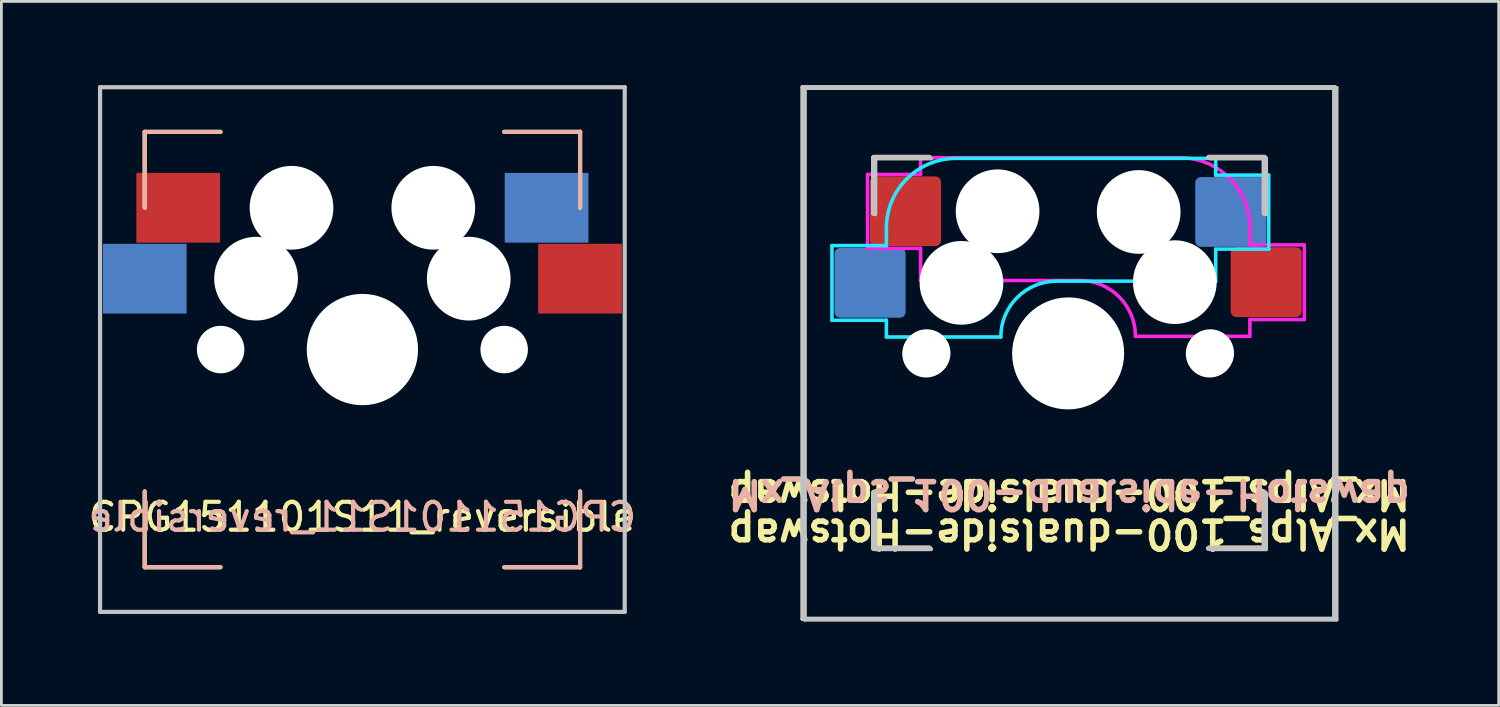
<source format=kicad_pcb>
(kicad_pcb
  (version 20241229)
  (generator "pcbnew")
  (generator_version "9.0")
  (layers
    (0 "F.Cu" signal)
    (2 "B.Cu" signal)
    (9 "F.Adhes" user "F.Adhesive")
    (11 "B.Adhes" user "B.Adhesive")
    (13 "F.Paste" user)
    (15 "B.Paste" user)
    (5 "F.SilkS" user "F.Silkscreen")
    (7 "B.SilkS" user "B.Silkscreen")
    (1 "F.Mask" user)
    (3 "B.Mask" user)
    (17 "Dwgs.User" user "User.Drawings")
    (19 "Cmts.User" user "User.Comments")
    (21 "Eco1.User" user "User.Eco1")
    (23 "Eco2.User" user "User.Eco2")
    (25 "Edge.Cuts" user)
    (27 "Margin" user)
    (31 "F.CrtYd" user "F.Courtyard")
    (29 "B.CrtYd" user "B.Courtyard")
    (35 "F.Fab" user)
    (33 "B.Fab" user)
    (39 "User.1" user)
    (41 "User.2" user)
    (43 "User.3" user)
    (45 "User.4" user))
  (footprint "Mx_Alps_100-dualside-Hotswap"
    (layer "F.Cu")
    (at 35.26 9.575)
    (property "Reference" "Mx_Alps_100-dualside-Hotswap" (at 0 6.5 180) (unlocked yes) (layer "F.SilkS") (effects (font (size 1 1) (thickness 0.2) (bold yes))))
    (attr smd)
    (fp_line (start -7 -5) (end -7 -7) (stroke (width 0.15) (type default)) (layer "F.SilkS"))
    (fp_line (start -7 5) (end -7 7) (stroke (width 0.15) (type default)) (layer "F.SilkS"))
    (fp_line (start -5 -7) (end -7 -7) (stroke (width 0.15) (type default)) (layer "F.SilkS"))
    (fp_line (start -5 7) (end -7 7) (stroke (width 0.15) (type default)) (layer "F.SilkS"))
    (fp_line (start 5 -7) (end 7 -7) (stroke (width 0.15) (type default)) (layer "F.SilkS"))
    (fp_line (start 5 7) (end 7 7) (stroke (width 0.15) (type default)) (layer "F.SilkS"))
    (fp_line (start 7 -7) (end 7 -5) (stroke (width 0.15) (type default)) (layer "F.SilkS"))
    (fp_line (start 7 7) (end 7 5) (stroke (width 0.15) (type default)) (layer "F.SilkS"))
    (fp_line (start -7 -5) (end -7 -7) (stroke (width 0.15) (type default)) (layer "B.SilkS"))
    (fp_line (start -7 5) (end -7 7) (stroke (width 0.15) (type default)) (layer "B.SilkS"))
    (fp_line (start -5 -7) (end -7 -7) (stroke (width 0.15) (type default)) (layer "B.SilkS"))
    (fp_line (start -5 7) (end -7 7) (stroke (width 0.15) (type default)) (layer "B.SilkS"))
    (fp_line (start 5 -7) (end 7 -7) (stroke (width 0.15) (type default)) (layer "B.SilkS"))
    (fp_line (start 7 -5) (end 7 -7) (stroke (width 0.15) (type default)) (layer "B.SilkS"))
    (fp_line (start 7 5) (end 7 7) (stroke (width 0.15) (type default)) (layer "B.SilkS"))
    (fp_line (start 7 7) (end 5 7) (stroke (width 0.15) (type default)) (layer "B.SilkS"))
    (fp_line (start -9.55 -9.5) (end 9.5 -9.5) (stroke (width 0.15) (type solid)) (layer "Dwgs.User"))
    (fp_line (start -9.55 9.55) (end -9.55 -9.5) (stroke (width 0.15) (type solid)) (layer "Dwgs.User"))
    (fp_line (start -9.55 9.55) (end -9.55 -9.5) (stroke (width 0.15) (type solid)) (layer "Dwgs.User"))
    (fp_line (start -9.55 9.55) (end 9.5 9.55) (stroke (width 0.15) (type solid)) (layer "Dwgs.User"))
    (fp_line (start -9.475 9.575) (end -9.475 -9.475) (stroke (width 0.15) (type solid)) (layer "Dwgs.User"))
    (fp_line (start -7.025 -6.975) (end -5.025 -6.975) (stroke (width 0.15) (type solid)) (layer "Dwgs.User"))
    (fp_line (start -7.025 -6.975) (end -5.025 -6.975) (stroke (width 0.15) (type solid)) (layer "Dwgs.User"))
    (fp_line (start -7.025 -4.975) (end -7.025 -6.975) (stroke (width 0.15) (type solid)) (layer "Dwgs.User"))
    (fp_line (start -7.025 -4.975) (end -7.025 -6.975) (stroke (width 0.15) (type solid)) (layer "Dwgs.User"))
    (fp_line (start -7.025 5.025) (end -7.025 7.025) (stroke (width 0.15) (type solid)) (layer "Dwgs.User"))
    (fp_line (start -7.025 7.025) (end -7.025 5.025) (stroke (width 0.15) (type solid)) (layer "Dwgs.User"))
    (fp_line (start -7.025 7.025) (end -5.025 7.025) (stroke (width 0.15) (type solid)) (layer "Dwgs.User"))
    (fp_line (start -6.95 -6.95) (end -4.95 -6.95) (stroke (width 0.15) (type solid)) (layer "Dwgs.User"))
    (fp_line (start -6.95 -4.95) (end -6.95 -6.95) (stroke (width 0.15) (type solid)) (layer "Dwgs.User"))
    (fp_line (start -6.95 5.05) (end -6.95 7.05) (stroke (width 0.15) (type solid)) (layer "Dwgs.User"))
    (fp_line (start -6.95 7.05) (end -4.95 7.05) (stroke (width 0.15) (type solid)) (layer "Dwgs.User"))
    (fp_line (start -5.025 7.025) (end -7.025 7.025) (stroke (width 0.15) (type solid)) (layer "Dwgs.User"))
    (fp_line (start 4.975 7.025) (end 6.975 7.025) (stroke (width 0.15) (type solid)) (layer "Dwgs.User"))
    (fp_line (start 5.05 7.05) (end 7.05 7.05) (stroke (width 0.15) (type solid)) (layer "Dwgs.User"))
    (fp_line (start 6.975 -6.975) (end 4.975 -6.975) (stroke (width 0.15) (type solid)) (layer "Dwgs.User"))
    (fp_line (start 6.975 -6.975) (end 4.975 -6.975) (stroke (width 0.15) (type solid)) (layer "Dwgs.User"))
    (fp_line (start 6.975 -4.975) (end 6.975 -6.975) (stroke (width 0.15) (type solid)) (layer "Dwgs.User"))
    (fp_line (start 6.975 -4.975) (end 6.975 -6.975) (stroke (width 0.15) (type solid)) (layer "Dwgs.User"))
    (fp_line (start 6.975 5.025) (end 6.975 7.025) (stroke (width 0.15) (type solid)) (layer "Dwgs.User"))
    (fp_line (start 6.975 7.025) (end 4.975 7.025) (stroke (width 0.15) (type solid)) (layer "Dwgs.User"))
    (fp_line (start 6.975 7.025) (end 6.975 5.025) (stroke (width 0.15) (type solid)) (layer "Dwgs.User"))
    (fp_line (start 7.05 -6.95) (end 5.05 -6.95) (stroke (width 0.15) (type solid)) (layer "Dwgs.User"))
    (fp_line (start 7.05 -4.95) (end 7.05 -6.95) (stroke (width 0.15) (type solid)) (layer "Dwgs.User"))
    (fp_line (start 7.05 7.05) (end 7.05 5.05) (stroke (width 0.15) (type solid)) (layer "Dwgs.User"))
    (fp_line (start 9.5 -9.5) (end -9.55 -9.5) (stroke (width 0.15) (type solid)) (layer "Dwgs.User"))
    (fp_line (start 9.5 9.55) (end -9.55 9.55) (stroke (width 0.15) (type solid)) (layer "Dwgs.User"))
    (fp_line (start 9.5 9.55) (end 9.5 -9.5) (stroke (width 0.15) (type solid)) (layer "Dwgs.User"))
    (fp_line (start 9.5 9.55) (end 9.5 -9.5) (stroke (width 0.15) (type solid)) (layer "Dwgs.User"))
    (fp_line (start 9.575 -9.475) (end -9.475 -9.475) (stroke (width 0.15) (type solid)) (layer "Dwgs.User"))
    (fp_line (start 9.575 9.575) (end -9.475 9.575) (stroke (width 0.15) (type solid)) (layer "Dwgs.User"))
    (fp_line (start 9.575 9.575) (end 9.575 -9.475) (stroke (width 0.15) (type solid)) (layer "Dwgs.User"))
    (fp_line (start -8.5 -3.825) (end -6.55 -3.825) (stroke (width 0.127) (type solid)) (layer "B.CrtYd"))
    (fp_line (start -8.5 -1.15) (end -8.5 -3.825) (stroke (width 0.127) (type solid)) (layer "B.CrtYd"))
    (fp_line (start -6.55 -3.825) (end -6.55 -4.45) (stroke (width 0.127) (type solid)) (layer "B.CrtYd"))
    (fp_line (start -6.55 -1.15) (end -8.5 -1.15) (stroke (width 0.127) (type solid)) (layer "B.CrtYd"))
    (fp_line (start -6.55 -1.15) (end -6.55 -0.55) (stroke (width 0.127) (type solid)) (layer "B.CrtYd"))
    (fp_line (start -4.05 -6.95) (end 5.25 -6.95) (stroke (width 0.127) (type solid)) (layer "B.CrtYd"))
    (fp_line (start -2.45 -0.55) (end -6.55 -0.55) (stroke (width 0.127) (type solid)) (layer "B.CrtYd"))
    (fp_line (start 5.25 -6.35) (end 5.25 -6.95) (stroke (width 0.127) (type solid)) (layer "B.CrtYd"))
    (fp_line (start 5.25 -3.7) (end 5.25 -2.55) (stroke (width 0.127) (type solid)) (layer "B.CrtYd"))
    (fp_line (start 5.25 -3.7) (end 7.15 -3.7) (stroke (width 0.127) (type solid)) (layer "B.CrtYd"))
    (fp_line (start 5.25 -2.55) (end -0.45 -2.55) (stroke (width 0.127) (type solid)) (layer "B.CrtYd"))
    (fp_line (start 7.15 -6.35) (end 5.25 -6.35) (stroke (width 0.127) (type solid)) (layer "B.CrtYd"))
    (fp_line (start 7.15 -3.7) (end 7.15 -6.35) (stroke (width 0.127) (type solid)) (layer "B.CrtYd"))
    (fp_arc (start -6.55 -4.45) (mid -5.817767 -6.217767) (end -4.05 -6.95) (stroke (width 0.127) (type solid)) (layer "B.CrtYd"))
    (fp_arc (start -2.45 -0.55) (mid -1.864214 -1.964214) (end -0.45 -2.55) (stroke (width 0.127) (type solid)) (layer "B.CrtYd"))
    (fp_line (start -7.225 -6.375) (end -5.325 -6.375) (stroke (width 0.127) (type solid)) (layer "F.CrtYd"))
    (fp_line (start -7.225 -3.725) (end -7.225 -6.375) (stroke (width 0.127) (type solid)) (layer "F.CrtYd"))
    (fp_line (start -5.325 -6.375) (end -5.325 -6.975) (stroke (width 0.127) (type solid)) (layer "F.CrtYd"))
    (fp_line (start -5.325 -3.725) (end -7.225 -3.725) (stroke (width 0.127) (type solid)) (layer "F.CrtYd"))
    (fp_line (start -5.325 -3.725) (end -5.325 -2.575) (stroke (width 0.127) (type solid)) (layer "F.CrtYd"))
    (fp_line (start -5.325 -2.575) (end 0.375 -2.575) (stroke (width 0.127) (type solid)) (layer "F.CrtYd"))
    (fp_line (start 2.375 -0.575) (end 6.475 -0.575) (stroke (width 0.127) (type solid)) (layer "F.CrtYd"))
    (fp_line (start 3.975 -6.975) (end -5.325 -6.975) (stroke (width 0.127) (type solid)) (layer "F.CrtYd"))
    (fp_line (start 6.475 -3.85) (end 6.475 -4.475) (stroke (width 0.127) (type solid)) (layer "F.CrtYd"))
    (fp_line (start 6.475 -1.175) (end 6.475 -0.575) (stroke (width 0.127) (type solid)) (layer "F.CrtYd"))
    (fp_line (start 6.475 -1.175) (end 8.425 -1.175) (stroke (width 0.127) (type solid)) (layer "F.CrtYd"))
    (fp_line (start 8.425 -3.85) (end 6.475 -3.85) (stroke (width 0.127) (type solid)) (layer "F.CrtYd"))
    (fp_line (start 8.425 -1.175) (end 8.425 -3.85) (stroke (width 0.127) (type solid)) (layer "F.CrtYd"))
    (fp_arc (start 0.375 -2.575) (mid 1.789214 -1.989214) (end 2.375 -0.575) (stroke (width 0.127) (type solid)) (layer "F.CrtYd"))
    (fp_arc (start 3.975 -6.975) (mid 5.742767 -6.242767) (end 6.475 -4.475) (stroke (width 0.127) (type solid)) (layer "F.CrtYd"))
    (fp_text user "${REFERENCE}" (at 0 4.5 180) (unlocked yes) (layer "F.SilkS") (effects (font (size 1 1) (thickness 0.2) (bold yes)) (justify bottom)))
    (fp_text user "${REFERENCE}" (at 0 4.5 180) (unlocked yes) (layer "B.SilkS") (effects (font (size 1 1) (thickness 0.2) (bold yes)) (justify bottom mirror)))
    (pad "" np_thru_hole circle (at -5.13 0.05 48.099) (size 1.702 1.702) (drill 1.702) (layers "*.Cu" "*.Mask"))
    (pad "" np_thru_hole circle (at -5.105 0.025 311.901) (size 1.702 1.702) (drill 1.702) (layers "*.Cu" "*.Mask"))
    (pad "" np_thru_hole circle (at -3.86 -2.49) (size 3 3) (drill 3) (layers "*.Cu" "*.Mask"))
    (pad "" np_thru_hole circle (at -2.565 -5.055) (size 3 3) (drill 3) (layers "*.Cu" "*.Mask"))
    (pad "" np_thru_hole circle (at -0.05 0.05) (size 3.988 3.988) (drill 3.988) (layers "*.Cu" "*.Mask"))
    (pad "" np_thru_hole circle (at -0.025 0.025) (size 3.988 3.988) (drill 3.988) (layers "*.Cu" "*.Mask"))
    (pad "" np_thru_hole circle (at 2.49 -5.03) (size 3 3) (drill 3) (layers "*.Cu" "*.Mask"))
    (pad "" np_thru_hole circle (at 3.785 -2.515) (size 3 3) (drill 3) (layers "*.Cu" "*.Mask"))
    (pad "" np_thru_hole circle (at 5.03 0.05 48.099) (size 1.702 1.702) (drill 1.702) (layers "*.Cu" "*.Mask"))
    (pad "" np_thru_hole circle (at 5.055 0.025 311.901) (size 1.702 1.702) (drill 1.702) (layers "*.Cu" "*.Mask"))
    (pad "1" smd roundrect (at -5.867 -5.055) (size 2.55 2.5) (layers "F.Cu" "F.Mask" "F.Paste") (roundrect_rratio 0.08))
    (pad "1" smd roundrect (at 5.792 -5.03) (size 2.55 2.5) (layers "B.Cu" "B.Mask" "B.Paste") (roundrect_rratio 0.08))
    (pad "2" smd roundrect (at -7.135 -2.49) (size 2.55 2.5) (layers "B.Cu" "B.Mask" "B.Paste") (roundrect_rratio 0.08))
    (pad "2" smd roundrect (at 7.06 -2.515) (size 2.55 2.5) (layers "F.Cu" "F.Mask" "F.Paste") (roundrect_rratio 0.08)))
  (footprint "CPG151101S11_reversible"
    (layer "F.Cu")
    (at 9.935 9.475)
    (property "Reference" "CPG151101S11_reversible" (at 0 6 0) (layer "F.SilkS") (effects (font (size 1 1) (thickness 0.15))))
    (attr through_hole)
    (fp_line (start -7.8 -7.8) (end -5.08 -7.8) (stroke (width 0.15) (type solid)) (layer "F.SilkS"))
    (fp_line (start -7.8 -5.08) (end -7.8 -7.8) (stroke (width 0.15) (type solid)) (layer "F.SilkS"))
    (fp_line (start -7.8 5.08) (end -7.8 7.8) (stroke (width 0.15) (type solid)) (layer "F.SilkS"))
    (fp_line (start -7.8 7.8) (end -5.08 7.8) (stroke (width 0.15) (type solid)) (layer "F.SilkS"))
    (fp_line (start 5.08 7.8) (end 7.8 7.8) (stroke (width 0.15) (type solid)) (layer "F.SilkS"))
    (fp_line (start 7.8 -7.8) (end 5.08 -7.8) (stroke (width 0.15) (type solid)) (layer "F.SilkS"))
    (fp_line (start 7.8 -5.08) (end 7.8 -7.8) (stroke (width 0.15) (type solid)) (layer "F.SilkS"))
    (fp_line (start 7.8 7.8) (end 7.8 5.08) (stroke (width 0.15) (type solid)) (layer "F.SilkS"))
    (fp_line (start -7.8 -7.8) (end -5.1 -7.8) (stroke (width 0.15) (type solid)) (layer "B.SilkS"))
    (fp_line (start -7.8 -5.1) (end -7.8 -7.8) (stroke (width 0.15) (type solid)) (layer "B.SilkS"))
    (fp_line (start -7.8 7.8) (end -7.8 5.1) (stroke (width 0.15) (type solid)) (layer "B.SilkS"))
    (fp_line (start -5.1 7.8) (end -7.8 7.8) (stroke (width 0.15) (type solid)) (layer "B.SilkS"))
    (fp_line (start 5.1 -7.8) (end 7.8 -7.8) (stroke (width 0.15) (type solid)) (layer "B.SilkS"))
    (fp_line (start 7.8 -7.8) (end 7.8 -5.1) (stroke (width 0.15) (type solid)) (layer "B.SilkS"))
    (fp_line (start 7.8 5.1) (end 7.8 7.8) (stroke (width 0.15) (type solid)) (layer "B.SilkS"))
    (fp_line (start 7.8 7.8) (end 5.1 7.8) (stroke (width 0.15) (type solid)) (layer "B.SilkS"))
    (fp_line (start -9.4 -9.4) (end 9.4 -9.4) (stroke (width 0.15) (type solid)) (layer "Dwgs.User"))
    (fp_line (start -9.4 9.4) (end -9.4 -9.4) (stroke (width 0.15) (type solid)) (layer "Dwgs.User"))
    (fp_line (start 9.4 -9.4) (end 9.4 9.4) (stroke (width 0.15) (type solid)) (layer "Dwgs.User"))
    (fp_line (start 9.4 9.4) (end -9.4 9.4) (stroke (width 0.15) (type solid)) (layer "Dwgs.User"))
    (fp_text user "${REFERENCE}" (at 0 6 0) (layer "B.SilkS") (effects (font (size 1 1) (thickness 0.15)) (justify mirror)))
    (pad "" np_thru_hole circle (at -5.08 0) (size 1.702 1.702) (drill 1.702) (layers "*.Cu" "*.Mask"))
    (pad "" np_thru_hole circle (at -3.81 -2.54) (size 3 3) (drill 3) (layers "*.Cu" "*.Mask"))
    (pad "" np_thru_hole circle (at -2.54 -5.08) (size 3 3) (drill 3) (layers "*.Cu" "*.Mask"))
    (pad "" np_thru_hole circle (at 0 0) (size 3.988 3.988) (drill 3.988) (layers "*.Cu" "*.Mask"))
    (pad "" np_thru_hole circle (at 2.54 -5.08) (size 3 3) (drill 3) (layers "*.Cu" "*.Mask"))
    (pad "" np_thru_hole circle (at 3.81 -2.54) (size 3 3) (drill 3) (layers "*.Cu" "*.Mask"))
    (pad "" np_thru_hole circle (at 5.08 0) (size 1.702 1.702) (drill 1.702) (layers "*.Cu" "*.Mask"))
    (pad "1" smd rect (at -6.6 -5.08) (size 3 2.5) (layers "F.Cu" "F.Mask" "F.Paste"))
    (pad "1" smd rect (at 6.6 -5.08) (size 3 2.5) (layers "B.Cu" "B.Mask" "B.Paste"))
    (pad "2" smd rect (at -7.8 -2.54) (size 3 2.5) (layers "B.Cu" "B.Mask" "B.Paste"))
    (pad "2" smd rect (at 7.8 -2.54) (size 3 2.5) (layers "F.Cu" "F.Mask" "F.Paste")))
  (gr_rect
    (start -3 -3)
    (end 50.65 22.225)
    (stroke (width 0.1) (type default))
    (fill no)
    (layer "Edge.Cuts")))
</source>
